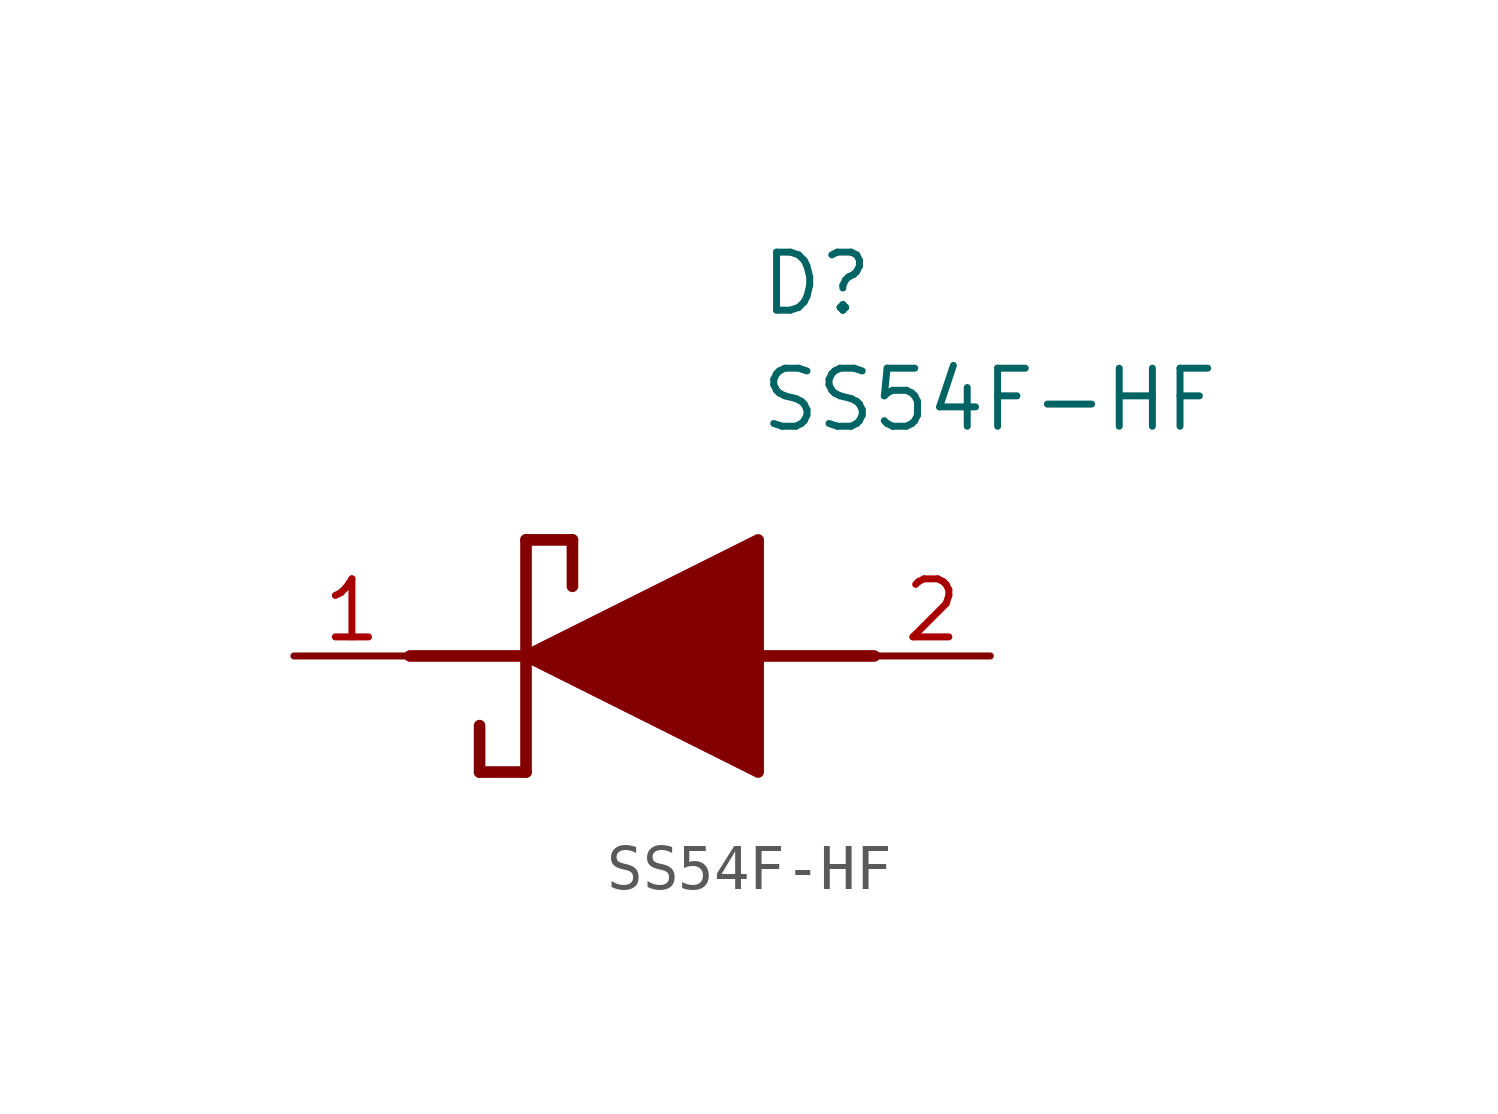
<source format=kicad_sym>
(kicad_symbol_lib
  (version 20211014)
  (generator SamacSys_ECAD_Model)
  (symbol "SS54F-HF"
    (pin_names hide)
    (property "Reference" "D"
      (at 12.7 8.89 0)
      (effects (font (size 1.27 1.27)) (justify left top)))
    (property "Value" "SS54F-HF"
      (at 12.7 6.35 0)
      (effects (font (size 1.27 1.27)) (justify left top)))
    (polyline
      (pts (xy 7.62 2.54) (xy 7.62 -2.54))
      (stroke (width 0.254) (type default))
      (fill (type none)))
    (polyline
      (pts (xy 7.62 2.54) (xy 8.636 2.54))
      (stroke (width 0.254) (type default))
      (fill (type none)))
    (polyline
      (pts (xy 8.636 1.524) (xy 8.636 2.54))
      (stroke (width 0.254) (type default))
      (fill (type none)))
    (polyline
      (pts (xy 7.62 -2.54) (xy 6.604 -2.54))
      (stroke (width 0.254) (type default))
      (fill (type none)))
    (polyline
      (pts (xy 6.604 -1.524) (xy 6.604 -2.54))
      (stroke (width 0.254) (type default))
      (fill (type none)))
    (polyline
      (pts (xy 5.08 0) (xy 7.62 0))
      (stroke (width 0.254) (type default))
      (fill (type none)))
    (polyline
      (pts (xy 12.7 0) (xy 15.24 0))
      (stroke (width 0.254) (type default))
      (fill (type none)))
    (polyline
      (pts (xy 7.62 0) (xy 12.7 2.54) (xy 12.7 -2.54) (xy 7.62 0))
      (stroke (width 0.254) (type default))
      (fill (type outline)))
    (pin output line
      (at 2.54 0 0)
      (length 2.54)
      (name "K" (effects (font (size 1.27 1.27))))
      (number "1" (effects (font (size 1.27 1.27)))))
    (pin input line
      (at 17.78 0 180)
      (length 2.54)
      (name "A" (effects (font (size 1.27 1.27))))
      (number "2" (effects (font (size 1.27 1.27)))))))
</source>
